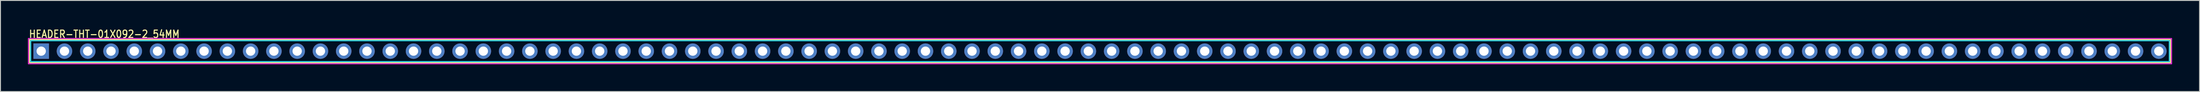
<source format=kicad_pcb>
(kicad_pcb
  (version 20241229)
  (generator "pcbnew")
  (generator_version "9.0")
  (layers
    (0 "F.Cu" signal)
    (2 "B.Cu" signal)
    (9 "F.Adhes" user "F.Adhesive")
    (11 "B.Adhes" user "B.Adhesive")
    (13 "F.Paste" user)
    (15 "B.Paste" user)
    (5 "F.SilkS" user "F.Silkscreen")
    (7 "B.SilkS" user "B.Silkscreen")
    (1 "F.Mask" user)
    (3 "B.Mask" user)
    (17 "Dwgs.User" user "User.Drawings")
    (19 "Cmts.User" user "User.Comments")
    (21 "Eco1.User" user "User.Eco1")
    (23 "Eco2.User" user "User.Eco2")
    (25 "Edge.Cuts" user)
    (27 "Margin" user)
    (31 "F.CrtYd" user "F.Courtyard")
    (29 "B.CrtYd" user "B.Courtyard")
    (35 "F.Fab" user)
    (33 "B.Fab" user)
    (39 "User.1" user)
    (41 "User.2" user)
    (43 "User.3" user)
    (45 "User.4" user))
  (footprint "HEADER-THT-01X092-2_54MM"
    (layer "F.Cu")
    (at 1.447 2.579)
    (property "Reference" "HEADER-THT-01X092-2_54MM" (at -1.4 -1.4 0) (unlocked yes) (layer "F.SilkS") (effects (font (size 0.813 0.695) (thickness 0.122)) (justify left bottom)))
    (fp_line (start -1.27 -1.27) (end -1.27 1.27) (stroke (width 0.127) (type solid)) (layer "F.SilkS"))
    (fp_line (start -1.27 1.27) (end 232.41 1.27) (stroke (width 0.127) (type solid)) (layer "F.SilkS"))
    (fp_line (start 232.41 -1.27) (end -1.27 -1.27) (stroke (width 0.127) (type solid)) (layer "F.SilkS"))
    (fp_line (start 232.41 1.27) (end 232.41 -1.27) (stroke (width 0.127) (type solid)) (layer "F.SilkS"))
    (fp_poly (pts (xy -1.143 -1.143) (xy 232.283 -1.143) (xy 232.283 1.143) (xy -1.143 1.143)) (stroke (width 0.1) (type solid)) (fill no) (layer "B.CrtYd"))
    (fp_poly (pts (xy -1.397 -1.397) (xy 232.537 -1.397) (xy 232.537 1.397) (xy -1.397 1.397)) (stroke (width 0.1) (type solid)) (fill no) (layer "F.CrtYd"))
    (pad "1" thru_hole rect (at 0 0) (size 1.693 1.693) (drill 1.016) (layers "*.Cu" "*.Mask"))
    (pad "2" thru_hole oval (at 2.54 0) (size 1.693 1.693) (drill 1.016) (layers "*.Cu" "*.Mask"))
    (pad "3" thru_hole oval (at 5.08 0) (size 1.693 1.693) (drill 1.016) (layers "*.Cu" "*.Mask"))
    (pad "4" thru_hole oval (at 7.62 0) (size 1.693 1.693) (drill 1.016) (layers "*.Cu" "*.Mask"))
    (pad "5" thru_hole oval (at 10.16 0) (size 1.693 1.693) (drill 1.016) (layers "*.Cu" "*.Mask"))
    (pad "6" thru_hole oval (at 12.7 0) (size 1.693 1.693) (drill 1.016) (layers "*.Cu" "*.Mask"))
    (pad "7" thru_hole oval (at 15.24 0) (size 1.693 1.693) (drill 1.016) (layers "*.Cu" "*.Mask"))
    (pad "8" thru_hole oval (at 17.78 0) (size 1.693 1.693) (drill 1.016) (layers "*.Cu" "*.Mask"))
    (pad "9" thru_hole oval (at 20.32 0) (size 1.693 1.693) (drill 1.016) (layers "*.Cu" "*.Mask"))
    (pad "10" thru_hole oval (at 22.86 0) (size 1.693 1.693) (drill 1.016) (layers "*.Cu" "*.Mask"))
    (pad "11" thru_hole oval (at 25.4 0) (size 1.693 1.693) (drill 1.016) (layers "*.Cu" "*.Mask"))
    (pad "12" thru_hole oval (at 27.94 0) (size 1.693 1.693) (drill 1.016) (layers "*.Cu" "*.Mask"))
    (pad "13" thru_hole oval (at 30.48 0) (size 1.693 1.693) (drill 1.016) (layers "*.Cu" "*.Mask"))
    (pad "14" thru_hole oval (at 33.02 0) (size 1.693 1.693) (drill 1.016) (layers "*.Cu" "*.Mask"))
    (pad "15" thru_hole oval (at 35.56 0) (size 1.693 1.693) (drill 1.016) (layers "*.Cu" "*.Mask"))
    (pad "16" thru_hole oval (at 38.1 0) (size 1.693 1.693) (drill 1.016) (layers "*.Cu" "*.Mask"))
    (pad "17" thru_hole oval (at 40.64 0) (size 1.693 1.693) (drill 1.016) (layers "*.Cu" "*.Mask"))
    (pad "18" thru_hole oval (at 43.18 0) (size 1.693 1.693) (drill 1.016) (layers "*.Cu" "*.Mask"))
    (pad "19" thru_hole oval (at 45.72 0) (size 1.693 1.693) (drill 1.016) (layers "*.Cu" "*.Mask"))
    (pad "20" thru_hole oval (at 48.26 0) (size 1.693 1.693) (drill 1.016) (layers "*.Cu" "*.Mask"))
    (pad "21" thru_hole oval (at 50.8 0) (size 1.693 1.693) (drill 1.016) (layers "*.Cu" "*.Mask"))
    (pad "22" thru_hole oval (at 53.34 0) (size 1.693 1.693) (drill 1.016) (layers "*.Cu" "*.Mask"))
    (pad "23" thru_hole oval (at 55.88 0) (size 1.693 1.693) (drill 1.016) (layers "*.Cu" "*.Mask"))
    (pad "24" thru_hole oval (at 58.42 0) (size 1.693 1.693) (drill 1.016) (layers "*.Cu" "*.Mask"))
    (pad "25" thru_hole oval (at 60.96 0) (size 1.693 1.693) (drill 1.016) (layers "*.Cu" "*.Mask"))
    (pad "26" thru_hole oval (at 63.5 0) (size 1.693 1.693) (drill 1.016) (layers "*.Cu" "*.Mask"))
    (pad "27" thru_hole oval (at 66.04 0) (size 1.693 1.693) (drill 1.016) (layers "*.Cu" "*.Mask"))
    (pad "28" thru_hole oval (at 68.58 0) (size 1.693 1.693) (drill 1.016) (layers "*.Cu" "*.Mask"))
    (pad "29" thru_hole oval (at 71.12 0) (size 1.693 1.693) (drill 1.016) (layers "*.Cu" "*.Mask"))
    (pad "30" thru_hole oval (at 73.66 0) (size 1.693 1.693) (drill 1.016) (layers "*.Cu" "*.Mask"))
    (pad "31" thru_hole oval (at 76.2 0) (size 1.693 1.693) (drill 1.016) (layers "*.Cu" "*.Mask"))
    (pad "32" thru_hole oval (at 78.74 0) (size 1.693 1.693) (drill 1.016) (layers "*.Cu" "*.Mask"))
    (pad "33" thru_hole oval (at 81.28 0) (size 1.693 1.693) (drill 1.016) (layers "*.Cu" "*.Mask"))
    (pad "34" thru_hole oval (at 83.82 0) (size 1.693 1.693) (drill 1.016) (layers "*.Cu" "*.Mask"))
    (pad "35" thru_hole oval (at 86.36 0) (size 1.693 1.693) (drill 1.016) (layers "*.Cu" "*.Mask"))
    (pad "36" thru_hole oval (at 88.9 0) (size 1.693 1.693) (drill 1.016) (layers "*.Cu" "*.Mask"))
    (pad "37" thru_hole oval (at 91.44 0) (size 1.693 1.693) (drill 1.016) (layers "*.Cu" "*.Mask"))
    (pad "38" thru_hole oval (at 93.98 0) (size 1.693 1.693) (drill 1.016) (layers "*.Cu" "*.Mask"))
    (pad "39" thru_hole oval (at 96.52 0) (size 1.693 1.693) (drill 1.016) (layers "*.Cu" "*.Mask"))
    (pad "40" thru_hole oval (at 99.06 0) (size 1.693 1.693) (drill 1.016) (layers "*.Cu" "*.Mask"))
    (pad "41" thru_hole oval (at 101.6 0) (size 1.693 1.693) (drill 1.016) (layers "*.Cu" "*.Mask"))
    (pad "42" thru_hole oval (at 104.14 0) (size 1.693 1.693) (drill 1.016) (layers "*.Cu" "*.Mask"))
    (pad "43" thru_hole oval (at 106.68 0) (size 1.693 1.693) (drill 1.016) (layers "*.Cu" "*.Mask"))
    (pad "44" thru_hole oval (at 109.22 0) (size 1.693 1.693) (drill 1.016) (layers "*.Cu" "*.Mask"))
    (pad "45" thru_hole oval (at 111.76 0) (size 1.693 1.693) (drill 1.016) (layers "*.Cu" "*.Mask"))
    (pad "46" thru_hole oval (at 114.3 0) (size 1.693 1.693) (drill 1.016) (layers "*.Cu" "*.Mask"))
    (pad "47" thru_hole oval (at 116.84 0) (size 1.693 1.693) (drill 1.016) (layers "*.Cu" "*.Mask"))
    (pad "48" thru_hole oval (at 119.38 0) (size 1.693 1.693) (drill 1.016) (layers "*.Cu" "*.Mask"))
    (pad "49" thru_hole oval (at 121.92 0) (size 1.693 1.693) (drill 1.016) (layers "*.Cu" "*.Mask"))
    (pad "50" thru_hole oval (at 124.46 0) (size 1.693 1.693) (drill 1.016) (layers "*.Cu" "*.Mask"))
    (pad "51" thru_hole oval (at 127 0) (size 1.693 1.693) (drill 1.016) (layers "*.Cu" "*.Mask"))
    (pad "52" thru_hole oval (at 129.54 0) (size 1.693 1.693) (drill 1.016) (layers "*.Cu" "*.Mask"))
    (pad "53" thru_hole oval (at 132.08 0) (size 1.693 1.693) (drill 1.016) (layers "*.Cu" "*.Mask"))
    (pad "54" thru_hole oval (at 134.62 0) (size 1.693 1.693) (drill 1.016) (layers "*.Cu" "*.Mask"))
    (pad "55" thru_hole oval (at 137.16 0) (size 1.693 1.693) (drill 1.016) (layers "*.Cu" "*.Mask"))
    (pad "56" thru_hole oval (at 139.7 0) (size 1.693 1.693) (drill 1.016) (layers "*.Cu" "*.Mask"))
    (pad "57" thru_hole oval (at 142.24 0) (size 1.693 1.693) (drill 1.016) (layers "*.Cu" "*.Mask"))
    (pad "58" thru_hole oval (at 144.78 0) (size 1.693 1.693) (drill 1.016) (layers "*.Cu" "*.Mask"))
    (pad "59" thru_hole oval (at 147.32 0) (size 1.693 1.693) (drill 1.016) (layers "*.Cu" "*.Mask"))
    (pad "60" thru_hole oval (at 149.86 0) (size 1.693 1.693) (drill 1.016) (layers "*.Cu" "*.Mask"))
    (pad "61" thru_hole oval (at 152.4 0) (size 1.693 1.693) (drill 1.016) (layers "*.Cu" "*.Mask"))
    (pad "62" thru_hole oval (at 154.94 0) (size 1.693 1.693) (drill 1.016) (layers "*.Cu" "*.Mask"))
    (pad "63" thru_hole oval (at 157.48 0) (size 1.693 1.693) (drill 1.016) (layers "*.Cu" "*.Mask"))
    (pad "64" thru_hole oval (at 160.02 0) (size 1.693 1.693) (drill 1.016) (layers "*.Cu" "*.Mask"))
    (pad "65" thru_hole oval (at 162.56 0) (size 1.693 1.693) (drill 1.016) (layers "*.Cu" "*.Mask"))
    (pad "66" thru_hole oval (at 165.1 0) (size 1.693 1.693) (drill 1.016) (layers "*.Cu" "*.Mask"))
    (pad "67" thru_hole oval (at 167.64 0) (size 1.693 1.693) (drill 1.016) (layers "*.Cu" "*.Mask"))
    (pad "68" thru_hole oval (at 170.18 0) (size 1.693 1.693) (drill 1.016) (layers "*.Cu" "*.Mask"))
    (pad "69" thru_hole oval (at 172.72 0) (size 1.693 1.693) (drill 1.016) (layers "*.Cu" "*.Mask"))
    (pad "70" thru_hole oval (at 175.26 0) (size 1.693 1.693) (drill 1.016) (layers "*.Cu" "*.Mask"))
    (pad "71" thru_hole oval (at 177.8 0) (size 1.693 1.693) (drill 1.016) (layers "*.Cu" "*.Mask"))
    (pad "72" thru_hole oval (at 180.34 0) (size 1.693 1.693) (drill 1.016) (layers "*.Cu" "*.Mask"))
    (pad "73" thru_hole oval (at 182.88 0) (size 1.693 1.693) (drill 1.016) (layers "*.Cu" "*.Mask"))
    (pad "74" thru_hole oval (at 185.42 0) (size 1.693 1.693) (drill 1.016) (layers "*.Cu" "*.Mask"))
    (pad "75" thru_hole oval (at 187.96 0) (size 1.693 1.693) (drill 1.016) (layers "*.Cu" "*.Mask"))
    (pad "76" thru_hole oval (at 190.5 0) (size 1.693 1.693) (drill 1.016) (layers "*.Cu" "*.Mask"))
    (pad "77" thru_hole oval (at 193.04 0) (size 1.693 1.693) (drill 1.016) (layers "*.Cu" "*.Mask"))
    (pad "78" thru_hole oval (at 195.58 0) (size 1.693 1.693) (drill 1.016) (layers "*.Cu" "*.Mask"))
    (pad "79" thru_hole oval (at 198.12 0) (size 1.693 1.693) (drill 1.016) (layers "*.Cu" "*.Mask"))
    (pad "80" thru_hole oval (at 200.66 0) (size 1.693 1.693) (drill 1.016) (layers "*.Cu" "*.Mask"))
    (pad "81" thru_hole oval (at 203.2 0) (size 1.693 1.693) (drill 1.016) (layers "*.Cu" "*.Mask"))
    (pad "82" thru_hole oval (at 205.74 0) (size 1.693 1.693) (drill 1.016) (layers "*.Cu" "*.Mask"))
    (pad "83" thru_hole oval (at 208.28 0) (size 1.693 1.693) (drill 1.016) (layers "*.Cu" "*.Mask"))
    (pad "84" thru_hole oval (at 210.82 0) (size 1.693 1.693) (drill 1.016) (layers "*.Cu" "*.Mask"))
    (pad "85" thru_hole oval (at 213.36 0) (size 1.693 1.693) (drill 1.016) (layers "*.Cu" "*.Mask"))
    (pad "86" thru_hole oval (at 215.9 0) (size 1.693 1.693) (drill 1.016) (layers "*.Cu" "*.Mask"))
    (pad "87" thru_hole oval (at 218.44 0) (size 1.693 1.693) (drill 1.016) (layers "*.Cu" "*.Mask"))
    (pad "88" thru_hole oval (at 220.98 0) (size 1.693 1.693) (drill 1.016) (layers "*.Cu" "*.Mask"))
    (pad "89" thru_hole oval (at 223.52 0) (size 1.693 1.693) (drill 1.016) (layers "*.Cu" "*.Mask"))
    (pad "90" thru_hole oval (at 226.06 0) (size 1.693 1.693) (drill 1.016) (layers "*.Cu" "*.Mask"))
    (pad "91" thru_hole oval (at 228.6 0) (size 1.693 1.693) (drill 1.016) (layers "*.Cu" "*.Mask"))
    (pad "92" thru_hole oval (at 231.14 0) (size 1.693 1.693) (drill 1.016) (layers "*.Cu" "*.Mask")))
  (gr_rect
    (start -3 -3)
    (end 237.034 7.026)
    (stroke (width 0.1) (type default))
    (fill no)
    (layer "Edge.Cuts")))
</source>
